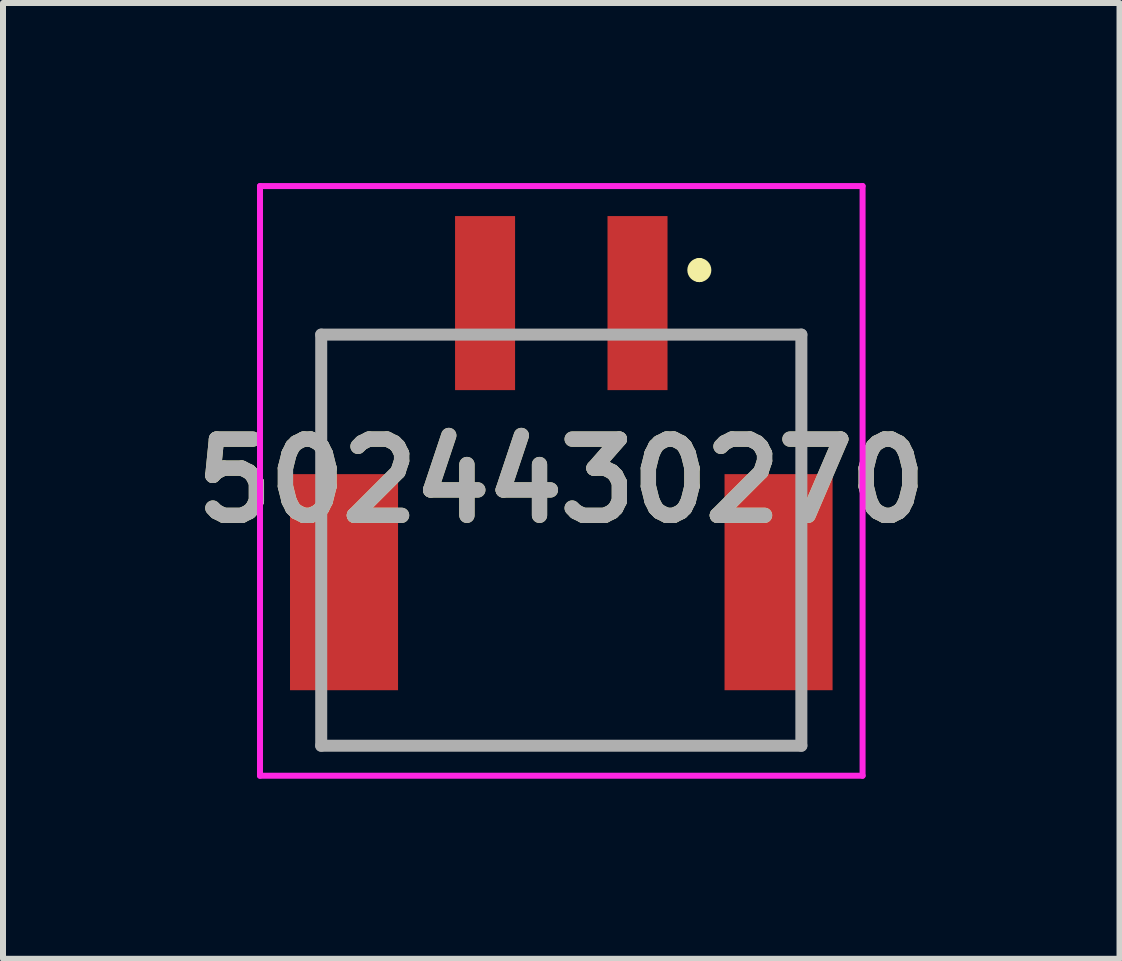
<source format=kicad_pcb>
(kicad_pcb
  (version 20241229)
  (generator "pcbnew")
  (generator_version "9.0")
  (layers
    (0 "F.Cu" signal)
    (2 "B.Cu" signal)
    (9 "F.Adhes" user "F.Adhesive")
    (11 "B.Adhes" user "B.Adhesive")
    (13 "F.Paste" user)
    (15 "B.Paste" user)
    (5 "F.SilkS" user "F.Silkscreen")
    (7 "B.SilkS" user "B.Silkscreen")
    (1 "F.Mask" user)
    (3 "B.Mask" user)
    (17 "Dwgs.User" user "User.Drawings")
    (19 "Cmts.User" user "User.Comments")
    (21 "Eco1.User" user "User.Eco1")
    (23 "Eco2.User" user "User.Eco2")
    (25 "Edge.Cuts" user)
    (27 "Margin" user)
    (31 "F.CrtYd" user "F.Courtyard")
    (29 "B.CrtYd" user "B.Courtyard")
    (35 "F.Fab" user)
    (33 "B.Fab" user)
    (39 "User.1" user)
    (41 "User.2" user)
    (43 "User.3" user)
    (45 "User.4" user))
  (footprint "5024430270"
    (layer "F.Cu")
    (at 6.302 2)
    (property "Reference" "5024430270" (at 0 2.962 0) (layer "F.SilkS") (effects (font (size 1.27 1.27) (thickness 0.254))))
    (attr smd)
    (fp_line (start -4 0.525) (end -2.5 0.525) (stroke (width 0.1) (type solid)) (layer "F.SilkS"))
    (fp_line (start -4 1.45) (end -4 0.525) (stroke (width 0.1) (type solid)) (layer "F.SilkS"))
    (fp_line (start -4 1.45) (end -4 1.45) (stroke (width 0.1) (type solid)) (layer "F.SilkS"))
    (fp_line (start -4 7) (end -4 7.375) (stroke (width 0.1) (type solid)) (layer "F.SilkS"))
    (fp_line (start -4 7.375) (end 4 7.375) (stroke (width 0.1) (type solid)) (layer "F.SilkS"))
    (fp_line (start -0.4 0.525) (end 0.4 0.525) (stroke (width 0.1) (type solid)) (layer "F.SilkS"))
    (fp_line (start 2.3 -0.65) (end 2.3 -0.65) (stroke (width 0.2) (type solid)) (layer "F.SilkS"))
    (fp_line (start 2.3 -0.45) (end 2.3 -0.45) (stroke (width 0.2) (type solid)) (layer "F.SilkS"))
    (fp_line (start 2.5 0.525) (end 4 0.525) (stroke (width 0.1) (type solid)) (layer "F.SilkS"))
    (fp_line (start 4 0.525) (end 4 1.45) (stroke (width 0.1) (type solid)) (layer "F.SilkS"))
    (fp_line (start 4 7.375) (end 4 7) (stroke (width 0.1) (type solid)) (layer "F.SilkS"))
    (fp_arc (start 2.3 -0.65) (mid 2.4 -0.55) (end 2.3 -0.45) (stroke (width 0.2) (type solid)) (layer "F.SilkS"))
    (fp_arc (start 2.3 -0.45) (mid 2.2 -0.55) (end 2.3 -0.65) (stroke (width 0.2) (type solid)) (layer "F.SilkS"))
    (fp_line (start -5.02 -1.95) (end 5.02 -1.95) (stroke (width 0.1) (type solid)) (layer "F.CrtYd"))
    (fp_line (start -5.02 7.875) (end -5.02 -1.95) (stroke (width 0.1) (type solid)) (layer "F.CrtYd"))
    (fp_line (start 5.02 -1.95) (end 5.02 7.875) (stroke (width 0.1) (type solid)) (layer "F.CrtYd"))
    (fp_line (start 5.02 7.875) (end -5.02 7.875) (stroke (width 0.1) (type solid)) (layer "F.CrtYd"))
    (fp_line (start -4 0.525) (end 4 0.525) (stroke (width 0.2) (type solid)) (layer "F.Fab"))
    (fp_line (start -4 7.375) (end -4 0.525) (stroke (width 0.2) (type solid)) (layer "F.Fab"))
    (fp_line (start 4 0.525) (end 4 7.375) (stroke (width 0.2) (type solid)) (layer "F.Fab"))
    (fp_line (start 4 7.375) (end -4 7.375) (stroke (width 0.2) (type solid)) (layer "F.Fab"))
    (fp_text user "${REFERENCE}" (at 0 2.962 0) (layer "F.Fab") (effects (font (size 1.27 1.27) (thickness 0.254))))
    (pad "1" smd rect (at 1.27 0) (size 1 2.9) (layers "F.Cu" "F.Mask" "F.Paste"))
    (pad "2" smd rect (at -1.27 0) (size 1 2.9) (layers "F.Cu" "F.Mask" "F.Paste"))
    (pad "MP1" smd rect (at 3.62 4.65) (size 1.8 3.6) (layers "F.Cu" "F.Mask" "F.Paste"))
    (pad "MP2" smd rect (at -3.62 4.65) (size 1.8 3.6) (layers "F.Cu" "F.Mask" "F.Paste")))
  (gr_rect
    (start -3 -3)
    (end 15.603 12.925)
    (stroke (width 0.1) (type default))
    (fill no)
    (layer "Edge.Cuts")))
</source>
